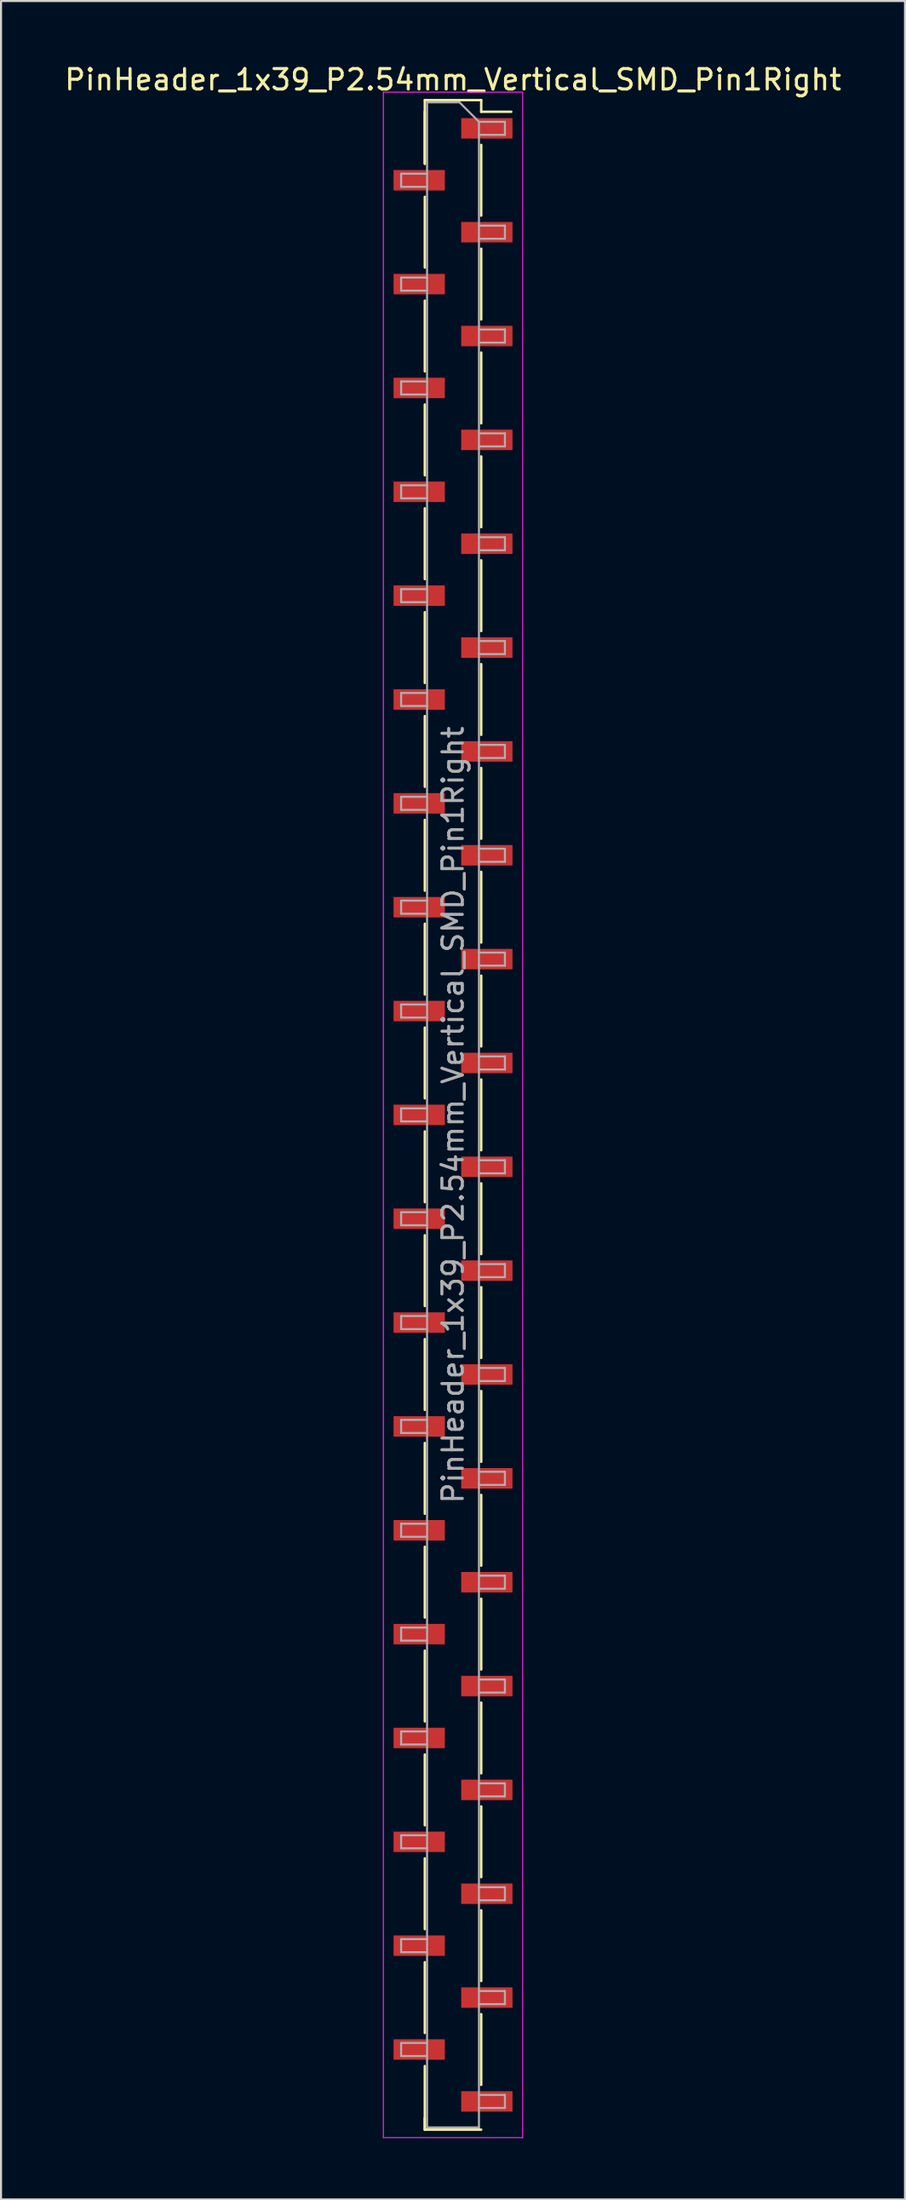
<source format=kicad_pcb>
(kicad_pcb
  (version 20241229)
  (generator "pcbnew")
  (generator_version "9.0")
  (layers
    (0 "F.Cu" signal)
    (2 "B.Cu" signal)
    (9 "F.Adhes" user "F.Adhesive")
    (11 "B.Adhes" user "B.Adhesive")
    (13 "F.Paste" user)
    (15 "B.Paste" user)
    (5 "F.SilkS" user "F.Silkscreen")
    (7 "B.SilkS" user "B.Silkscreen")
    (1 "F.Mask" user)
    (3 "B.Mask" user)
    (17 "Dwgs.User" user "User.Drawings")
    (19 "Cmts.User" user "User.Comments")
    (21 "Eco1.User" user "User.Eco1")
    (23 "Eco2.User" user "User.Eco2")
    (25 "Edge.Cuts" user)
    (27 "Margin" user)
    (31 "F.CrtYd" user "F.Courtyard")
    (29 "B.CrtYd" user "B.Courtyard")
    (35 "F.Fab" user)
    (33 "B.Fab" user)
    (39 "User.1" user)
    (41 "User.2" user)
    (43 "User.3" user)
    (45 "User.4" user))
  (footprint "PinHeader_1x39_P2.54mm_Vertical_SMD_Pin1Right"
    (layer "F.Cu")
    (at 19.125 51.488)
    (property "Reference" "PinHeader_1x39_P2.54mm_Vertical_SMD_Pin1Right" (at 0 -50.64 0) (layer "F.SilkS") (effects (font (size 1 1) (thickness 0.15))))
    (attr smd)
    (fp_line (start -1.38 -49.64) (end -1.38 -46.53) (stroke (width 0.12) (type solid)) (layer "F.SilkS"))
    (fp_line (start -1.38 -49.64) (end 1.38 -49.64) (stroke (width 0.12) (type solid)) (layer "F.SilkS"))
    (fp_line (start -1.38 -49.07) (end -1.38 -46.53) (stroke (width 0.12) (type solid)) (layer "F.SilkS"))
    (fp_line (start -1.38 -44.91) (end -1.38 -41.45) (stroke (width 0.12) (type solid)) (layer "F.SilkS"))
    (fp_line (start -1.38 -39.83) (end -1.38 -36.37) (stroke (width 0.12) (type solid)) (layer "F.SilkS"))
    (fp_line (start -1.38 -34.75) (end -1.38 -31.29) (stroke (width 0.12) (type solid)) (layer "F.SilkS"))
    (fp_line (start -1.38 -29.67) (end -1.38 -26.21) (stroke (width 0.12) (type solid)) (layer "F.SilkS"))
    (fp_line (start -1.38 -24.59) (end -1.38 -21.13) (stroke (width 0.12) (type solid)) (layer "F.SilkS"))
    (fp_line (start -1.38 -19.51) (end -1.38 -16.05) (stroke (width 0.12) (type solid)) (layer "F.SilkS"))
    (fp_line (start -1.38 -14.43) (end -1.38 -10.97) (stroke (width 0.12) (type solid)) (layer "F.SilkS"))
    (fp_line (start -1.38 -9.35) (end -1.38 -5.89) (stroke (width 0.12) (type solid)) (layer "F.SilkS"))
    (fp_line (start -1.38 -4.27) (end -1.38 -0.81) (stroke (width 0.12) (type solid)) (layer "F.SilkS"))
    (fp_line (start -1.38 0.81) (end -1.38 4.27) (stroke (width 0.12) (type solid)) (layer "F.SilkS"))
    (fp_line (start -1.38 5.89) (end -1.38 9.35) (stroke (width 0.12) (type solid)) (layer "F.SilkS"))
    (fp_line (start -1.38 10.97) (end -1.38 14.43) (stroke (width 0.12) (type solid)) (layer "F.SilkS"))
    (fp_line (start -1.38 16.05) (end -1.38 19.51) (stroke (width 0.12) (type solid)) (layer "F.SilkS"))
    (fp_line (start -1.38 21.13) (end -1.38 24.59) (stroke (width 0.12) (type solid)) (layer "F.SilkS"))
    (fp_line (start -1.38 26.21) (end -1.38 29.67) (stroke (width 0.12) (type solid)) (layer "F.SilkS"))
    (fp_line (start -1.38 31.29) (end -1.38 34.75) (stroke (width 0.12) (type solid)) (layer "F.SilkS"))
    (fp_line (start -1.38 36.37) (end -1.38 39.83) (stroke (width 0.12) (type solid)) (layer "F.SilkS"))
    (fp_line (start -1.38 41.45) (end -1.38 44.91) (stroke (width 0.12) (type solid)) (layer "F.SilkS"))
    (fp_line (start -1.38 46.53) (end -1.38 49.64) (stroke (width 0.12) (type solid)) (layer "F.SilkS"))
    (fp_line (start -1.38 49.07) (end -1.38 49.64) (stroke (width 0.12) (type solid)) (layer "F.SilkS"))
    (fp_line (start -1.38 49.64) (end 1.38 49.64) (stroke (width 0.12) (type solid)) (layer "F.SilkS"))
    (fp_line (start 1.38 -49.64) (end 1.38 -49.07) (stroke (width 0.12) (type solid)) (layer "F.SilkS"))
    (fp_line (start 1.38 -49.07) (end 2.85 -49.07) (stroke (width 0.12) (type solid)) (layer "F.SilkS"))
    (fp_line (start 1.38 -47.45) (end 1.38 -43.99) (stroke (width 0.12) (type solid)) (layer "F.SilkS"))
    (fp_line (start 1.38 -42.37) (end 1.38 -38.91) (stroke (width 0.12) (type solid)) (layer "F.SilkS"))
    (fp_line (start 1.38 -37.29) (end 1.38 -33.83) (stroke (width 0.12) (type solid)) (layer "F.SilkS"))
    (fp_line (start 1.38 -32.21) (end 1.38 -28.75) (stroke (width 0.12) (type solid)) (layer "F.SilkS"))
    (fp_line (start 1.38 -27.13) (end 1.38 -23.67) (stroke (width 0.12) (type solid)) (layer "F.SilkS"))
    (fp_line (start 1.38 -22.05) (end 1.38 -18.59) (stroke (width 0.12) (type solid)) (layer "F.SilkS"))
    (fp_line (start 1.38 -16.97) (end 1.38 -13.51) (stroke (width 0.12) (type solid)) (layer "F.SilkS"))
    (fp_line (start 1.38 -11.89) (end 1.38 -8.43) (stroke (width 0.12) (type solid)) (layer "F.SilkS"))
    (fp_line (start 1.38 -6.81) (end 1.38 -3.35) (stroke (width 0.12) (type solid)) (layer "F.SilkS"))
    (fp_line (start 1.38 -1.73) (end 1.38 1.73) (stroke (width 0.12) (type solid)) (layer "F.SilkS"))
    (fp_line (start 1.38 3.35) (end 1.38 6.81) (stroke (width 0.12) (type solid)) (layer "F.SilkS"))
    (fp_line (start 1.38 8.43) (end 1.38 11.89) (stroke (width 0.12) (type solid)) (layer "F.SilkS"))
    (fp_line (start 1.38 13.51) (end 1.38 16.97) (stroke (width 0.12) (type solid)) (layer "F.SilkS"))
    (fp_line (start 1.38 18.59) (end 1.38 22.05) (stroke (width 0.12) (type solid)) (layer "F.SilkS"))
    (fp_line (start 1.38 23.67) (end 1.38 27.13) (stroke (width 0.12) (type solid)) (layer "F.SilkS"))
    (fp_line (start 1.38 28.75) (end 1.38 32.21) (stroke (width 0.12) (type solid)) (layer "F.SilkS"))
    (fp_line (start 1.38 33.83) (end 1.38 37.29) (stroke (width 0.12) (type solid)) (layer "F.SilkS"))
    (fp_line (start 1.38 38.91) (end 1.38 42.37) (stroke (width 0.12) (type solid)) (layer "F.SilkS"))
    (fp_line (start 1.38 43.99) (end 1.38 47.45) (stroke (width 0.12) (type solid)) (layer "F.SilkS"))
    (fp_line (start -3.41 -50.03) (end -3.41 50.03) (stroke (width 0.05) (type solid)) (layer "F.CrtYd"))
    (fp_line (start -3.41 50.03) (end 3.41 50.03) (stroke (width 0.05) (type solid)) (layer "F.CrtYd"))
    (fp_line (start 3.41 -50.03) (end -3.41 -50.03) (stroke (width 0.05) (type solid)) (layer "F.CrtYd"))
    (fp_line (start 3.41 50.03) (end 3.41 -50.03) (stroke (width 0.05) (type solid)) (layer "F.CrtYd"))
    (fp_line (start -2.54 -46.04) (end -2.54 -45.4) (stroke (width 0.1) (type solid)) (layer "F.Fab"))
    (fp_line (start -2.54 -45.4) (end -1.27 -45.4) (stroke (width 0.1) (type solid)) (layer "F.Fab"))
    (fp_line (start -2.54 -40.96) (end -2.54 -40.32) (stroke (width 0.1) (type solid)) (layer "F.Fab"))
    (fp_line (start -2.54 -40.32) (end -1.27 -40.32) (stroke (width 0.1) (type solid)) (layer "F.Fab"))
    (fp_line (start -2.54 -35.88) (end -2.54 -35.24) (stroke (width 0.1) (type solid)) (layer "F.Fab"))
    (fp_line (start -2.54 -35.24) (end -1.27 -35.24) (stroke (width 0.1) (type solid)) (layer "F.Fab"))
    (fp_line (start -2.54 -30.8) (end -2.54 -30.16) (stroke (width 0.1) (type solid)) (layer "F.Fab"))
    (fp_line (start -2.54 -30.16) (end -1.27 -30.16) (stroke (width 0.1) (type solid)) (layer "F.Fab"))
    (fp_line (start -2.54 -25.72) (end -2.54 -25.08) (stroke (width 0.1) (type solid)) (layer "F.Fab"))
    (fp_line (start -2.54 -25.08) (end -1.27 -25.08) (stroke (width 0.1) (type solid)) (layer "F.Fab"))
    (fp_line (start -2.54 -20.64) (end -2.54 -20) (stroke (width 0.1) (type solid)) (layer "F.Fab"))
    (fp_line (start -2.54 -20) (end -1.27 -20) (stroke (width 0.1) (type solid)) (layer "F.Fab"))
    (fp_line (start -2.54 -15.56) (end -2.54 -14.92) (stroke (width 0.1) (type solid)) (layer "F.Fab"))
    (fp_line (start -2.54 -14.92) (end -1.27 -14.92) (stroke (width 0.1) (type solid)) (layer "F.Fab"))
    (fp_line (start -2.54 -10.48) (end -2.54 -9.84) (stroke (width 0.1) (type solid)) (layer "F.Fab"))
    (fp_line (start -2.54 -9.84) (end -1.27 -9.84) (stroke (width 0.1) (type solid)) (layer "F.Fab"))
    (fp_line (start -2.54 -5.4) (end -2.54 -4.76) (stroke (width 0.1) (type solid)) (layer "F.Fab"))
    (fp_line (start -2.54 -4.76) (end -1.27 -4.76) (stroke (width 0.1) (type solid)) (layer "F.Fab"))
    (fp_line (start -2.54 -0.32) (end -2.54 0.32) (stroke (width 0.1) (type solid)) (layer "F.Fab"))
    (fp_line (start -2.54 0.32) (end -1.27 0.32) (stroke (width 0.1) (type solid)) (layer "F.Fab"))
    (fp_line (start -2.54 4.76) (end -2.54 5.4) (stroke (width 0.1) (type solid)) (layer "F.Fab"))
    (fp_line (start -2.54 5.4) (end -1.27 5.4) (stroke (width 0.1) (type solid)) (layer "F.Fab"))
    (fp_line (start -2.54 9.84) (end -2.54 10.48) (stroke (width 0.1) (type solid)) (layer "F.Fab"))
    (fp_line (start -2.54 10.48) (end -1.27 10.48) (stroke (width 0.1) (type solid)) (layer "F.Fab"))
    (fp_line (start -2.54 14.92) (end -2.54 15.56) (stroke (width 0.1) (type solid)) (layer "F.Fab"))
    (fp_line (start -2.54 15.56) (end -1.27 15.56) (stroke (width 0.1) (type solid)) (layer "F.Fab"))
    (fp_line (start -2.54 20) (end -2.54 20.64) (stroke (width 0.1) (type solid)) (layer "F.Fab"))
    (fp_line (start -2.54 20.64) (end -1.27 20.64) (stroke (width 0.1) (type solid)) (layer "F.Fab"))
    (fp_line (start -2.54 25.08) (end -2.54 25.72) (stroke (width 0.1) (type solid)) (layer "F.Fab"))
    (fp_line (start -2.54 25.72) (end -1.27 25.72) (stroke (width 0.1) (type solid)) (layer "F.Fab"))
    (fp_line (start -2.54 30.16) (end -2.54 30.8) (stroke (width 0.1) (type solid)) (layer "F.Fab"))
    (fp_line (start -2.54 30.8) (end -1.27 30.8) (stroke (width 0.1) (type solid)) (layer "F.Fab"))
    (fp_line (start -2.54 35.24) (end -2.54 35.88) (stroke (width 0.1) (type solid)) (layer "F.Fab"))
    (fp_line (start -2.54 35.88) (end -1.27 35.88) (stroke (width 0.1) (type solid)) (layer "F.Fab"))
    (fp_line (start -2.54 40.32) (end -2.54 40.96) (stroke (width 0.1) (type solid)) (layer "F.Fab"))
    (fp_line (start -2.54 40.96) (end -1.27 40.96) (stroke (width 0.1) (type solid)) (layer "F.Fab"))
    (fp_line (start -2.54 45.4) (end -2.54 46.04) (stroke (width 0.1) (type solid)) (layer "F.Fab"))
    (fp_line (start -2.54 46.04) (end -1.27 46.04) (stroke (width 0.1) (type solid)) (layer "F.Fab"))
    (fp_line (start -1.27 -49.53) (end -1.27 49.53) (stroke (width 0.1) (type solid)) (layer "F.Fab"))
    (fp_line (start -1.27 -49.53) (end 0.32 -49.53) (stroke (width 0.1) (type solid)) (layer "F.Fab"))
    (fp_line (start -1.27 -46.04) (end -2.54 -46.04) (stroke (width 0.1) (type solid)) (layer "F.Fab"))
    (fp_line (start -1.27 -40.96) (end -2.54 -40.96) (stroke (width 0.1) (type solid)) (layer "F.Fab"))
    (fp_line (start -1.27 -35.88) (end -2.54 -35.88) (stroke (width 0.1) (type solid)) (layer "F.Fab"))
    (fp_line (start -1.27 -30.8) (end -2.54 -30.8) (stroke (width 0.1) (type solid)) (layer "F.Fab"))
    (fp_line (start -1.27 -25.72) (end -2.54 -25.72) (stroke (width 0.1) (type solid)) (layer "F.Fab"))
    (fp_line (start -1.27 -20.64) (end -2.54 -20.64) (stroke (width 0.1) (type solid)) (layer "F.Fab"))
    (fp_line (start -1.27 -15.56) (end -2.54 -15.56) (stroke (width 0.1) (type solid)) (layer "F.Fab"))
    (fp_line (start -1.27 -10.48) (end -2.54 -10.48) (stroke (width 0.1) (type solid)) (layer "F.Fab"))
    (fp_line (start -1.27 -5.4) (end -2.54 -5.4) (stroke (width 0.1) (type solid)) (layer "F.Fab"))
    (fp_line (start -1.27 -0.32) (end -2.54 -0.32) (stroke (width 0.1) (type solid)) (layer "F.Fab"))
    (fp_line (start -1.27 4.76) (end -2.54 4.76) (stroke (width 0.1) (type solid)) (layer "F.Fab"))
    (fp_line (start -1.27 9.84) (end -2.54 9.84) (stroke (width 0.1) (type solid)) (layer "F.Fab"))
    (fp_line (start -1.27 14.92) (end -2.54 14.92) (stroke (width 0.1) (type solid)) (layer "F.Fab"))
    (fp_line (start -1.27 20) (end -2.54 20) (stroke (width 0.1) (type solid)) (layer "F.Fab"))
    (fp_line (start -1.27 25.08) (end -2.54 25.08) (stroke (width 0.1) (type solid)) (layer "F.Fab"))
    (fp_line (start -1.27 30.16) (end -2.54 30.16) (stroke (width 0.1) (type solid)) (layer "F.Fab"))
    (fp_line (start -1.27 35.24) (end -2.54 35.24) (stroke (width 0.1) (type solid)) (layer "F.Fab"))
    (fp_line (start -1.27 40.32) (end -2.54 40.32) (stroke (width 0.1) (type solid)) (layer "F.Fab"))
    (fp_line (start -1.27 45.4) (end -2.54 45.4) (stroke (width 0.1) (type solid)) (layer "F.Fab"))
    (fp_line (start 1.27 -48.58) (end 0.32 -49.53) (stroke (width 0.1) (type solid)) (layer "F.Fab"))
    (fp_line (start 1.27 -48.58) (end 2.54 -48.58) (stroke (width 0.1) (type solid)) (layer "F.Fab"))
    (fp_line (start 1.27 -43.5) (end 2.54 -43.5) (stroke (width 0.1) (type solid)) (layer "F.Fab"))
    (fp_line (start 1.27 -38.42) (end 2.54 -38.42) (stroke (width 0.1) (type solid)) (layer "F.Fab"))
    (fp_line (start 1.27 -33.34) (end 2.54 -33.34) (stroke (width 0.1) (type solid)) (layer "F.Fab"))
    (fp_line (start 1.27 -28.26) (end 2.54 -28.26) (stroke (width 0.1) (type solid)) (layer "F.Fab"))
    (fp_line (start 1.27 -23.18) (end 2.54 -23.18) (stroke (width 0.1) (type solid)) (layer "F.Fab"))
    (fp_line (start 1.27 -18.1) (end 2.54 -18.1) (stroke (width 0.1) (type solid)) (layer "F.Fab"))
    (fp_line (start 1.27 -13.02) (end 2.54 -13.02) (stroke (width 0.1) (type solid)) (layer "F.Fab"))
    (fp_line (start 1.27 -7.94) (end 2.54 -7.94) (stroke (width 0.1) (type solid)) (layer "F.Fab"))
    (fp_line (start 1.27 -2.86) (end 2.54 -2.86) (stroke (width 0.1) (type solid)) (layer "F.Fab"))
    (fp_line (start 1.27 2.22) (end 2.54 2.22) (stroke (width 0.1) (type solid)) (layer "F.Fab"))
    (fp_line (start 1.27 7.3) (end 2.54 7.3) (stroke (width 0.1) (type solid)) (layer "F.Fab"))
    (fp_line (start 1.27 12.38) (end 2.54 12.38) (stroke (width 0.1) (type solid)) (layer "F.Fab"))
    (fp_line (start 1.27 17.46) (end 2.54 17.46) (stroke (width 0.1) (type solid)) (layer "F.Fab"))
    (fp_line (start 1.27 22.54) (end 2.54 22.54) (stroke (width 0.1) (type solid)) (layer "F.Fab"))
    (fp_line (start 1.27 27.62) (end 2.54 27.62) (stroke (width 0.1) (type solid)) (layer "F.Fab"))
    (fp_line (start 1.27 32.7) (end 2.54 32.7) (stroke (width 0.1) (type solid)) (layer "F.Fab"))
    (fp_line (start 1.27 37.78) (end 2.54 37.78) (stroke (width 0.1) (type solid)) (layer "F.Fab"))
    (fp_line (start 1.27 42.86) (end 2.54 42.86) (stroke (width 0.1) (type solid)) (layer "F.Fab"))
    (fp_line (start 1.27 47.94) (end 2.54 47.94) (stroke (width 0.1) (type solid)) (layer "F.Fab"))
    (fp_line (start 1.27 49.53) (end -1.27 49.53) (stroke (width 0.1) (type solid)) (layer "F.Fab"))
    (fp_line (start 1.27 49.53) (end 1.27 -48.58) (stroke (width 0.1) (type solid)) (layer "F.Fab"))
    (fp_line (start 2.54 -48.58) (end 2.54 -47.94) (stroke (width 0.1) (type solid)) (layer "F.Fab"))
    (fp_line (start 2.54 -47.94) (end 1.27 -47.94) (stroke (width 0.1) (type solid)) (layer "F.Fab"))
    (fp_line (start 2.54 -43.5) (end 2.54 -42.86) (stroke (width 0.1) (type solid)) (layer "F.Fab"))
    (fp_line (start 2.54 -42.86) (end 1.27 -42.86) (stroke (width 0.1) (type solid)) (layer "F.Fab"))
    (fp_line (start 2.54 -38.42) (end 2.54 -37.78) (stroke (width 0.1) (type solid)) (layer "F.Fab"))
    (fp_line (start 2.54 -37.78) (end 1.27 -37.78) (stroke (width 0.1) (type solid)) (layer "F.Fab"))
    (fp_line (start 2.54 -33.34) (end 2.54 -32.7) (stroke (width 0.1) (type solid)) (layer "F.Fab"))
    (fp_line (start 2.54 -32.7) (end 1.27 -32.7) (stroke (width 0.1) (type solid)) (layer "F.Fab"))
    (fp_line (start 2.54 -28.26) (end 2.54 -27.62) (stroke (width 0.1) (type solid)) (layer "F.Fab"))
    (fp_line (start 2.54 -27.62) (end 1.27 -27.62) (stroke (width 0.1) (type solid)) (layer "F.Fab"))
    (fp_line (start 2.54 -23.18) (end 2.54 -22.54) (stroke (width 0.1) (type solid)) (layer "F.Fab"))
    (fp_line (start 2.54 -22.54) (end 1.27 -22.54) (stroke (width 0.1) (type solid)) (layer "F.Fab"))
    (fp_line (start 2.54 -18.1) (end 2.54 -17.46) (stroke (width 0.1) (type solid)) (layer "F.Fab"))
    (fp_line (start 2.54 -17.46) (end 1.27 -17.46) (stroke (width 0.1) (type solid)) (layer "F.Fab"))
    (fp_line (start 2.54 -13.02) (end 2.54 -12.38) (stroke (width 0.1) (type solid)) (layer "F.Fab"))
    (fp_line (start 2.54 -12.38) (end 1.27 -12.38) (stroke (width 0.1) (type solid)) (layer "F.Fab"))
    (fp_line (start 2.54 -7.94) (end 2.54 -7.3) (stroke (width 0.1) (type solid)) (layer "F.Fab"))
    (fp_line (start 2.54 -7.3) (end 1.27 -7.3) (stroke (width 0.1) (type solid)) (layer "F.Fab"))
    (fp_line (start 2.54 -2.86) (end 2.54 -2.22) (stroke (width 0.1) (type solid)) (layer "F.Fab"))
    (fp_line (start 2.54 -2.22) (end 1.27 -2.22) (stroke (width 0.1) (type solid)) (layer "F.Fab"))
    (fp_line (start 2.54 2.22) (end 2.54 2.86) (stroke (width 0.1) (type solid)) (layer "F.Fab"))
    (fp_line (start 2.54 2.86) (end 1.27 2.86) (stroke (width 0.1) (type solid)) (layer "F.Fab"))
    (fp_line (start 2.54 7.3) (end 2.54 7.94) (stroke (width 0.1) (type solid)) (layer "F.Fab"))
    (fp_line (start 2.54 7.94) (end 1.27 7.94) (stroke (width 0.1) (type solid)) (layer "F.Fab"))
    (fp_line (start 2.54 12.38) (end 2.54 13.02) (stroke (width 0.1) (type solid)) (layer "F.Fab"))
    (fp_line (start 2.54 13.02) (end 1.27 13.02) (stroke (width 0.1) (type solid)) (layer "F.Fab"))
    (fp_line (start 2.54 17.46) (end 2.54 18.1) (stroke (width 0.1) (type solid)) (layer "F.Fab"))
    (fp_line (start 2.54 18.1) (end 1.27 18.1) (stroke (width 0.1) (type solid)) (layer "F.Fab"))
    (fp_line (start 2.54 22.54) (end 2.54 23.18) (stroke (width 0.1) (type solid)) (layer "F.Fab"))
    (fp_line (start 2.54 23.18) (end 1.27 23.18) (stroke (width 0.1) (type solid)) (layer "F.Fab"))
    (fp_line (start 2.54 27.62) (end 2.54 28.26) (stroke (width 0.1) (type solid)) (layer "F.Fab"))
    (fp_line (start 2.54 28.26) (end 1.27 28.26) (stroke (width 0.1) (type solid)) (layer "F.Fab"))
    (fp_line (start 2.54 32.7) (end 2.54 33.34) (stroke (width 0.1) (type solid)) (layer "F.Fab"))
    (fp_line (start 2.54 33.34) (end 1.27 33.34) (stroke (width 0.1) (type solid)) (layer "F.Fab"))
    (fp_line (start 2.54 37.78) (end 2.54 38.42) (stroke (width 0.1) (type solid)) (layer "F.Fab"))
    (fp_line (start 2.54 38.42) (end 1.27 38.42) (stroke (width 0.1) (type solid)) (layer "F.Fab"))
    (fp_line (start 2.54 42.86) (end 2.54 43.5) (stroke (width 0.1) (type solid)) (layer "F.Fab"))
    (fp_line (start 2.54 43.5) (end 1.27 43.5) (stroke (width 0.1) (type solid)) (layer "F.Fab"))
    (fp_line (start 2.54 47.94) (end 2.54 48.58) (stroke (width 0.1) (type solid)) (layer "F.Fab"))
    (fp_line (start 2.54 48.58) (end 1.27 48.58) (stroke (width 0.1) (type solid)) (layer "F.Fab"))
    (fp_text user "${REFERENCE}" (at 0 0 90) (layer "F.Fab") (effects (font (size 1 1) (thickness 0.15))))
    (pad "1" smd rect (at 1.655 -48.26) (size 2.51 1) (layers "F.Cu" "F.Mask" "F.Paste"))
    (pad "2" smd rect (at -1.655 -45.72) (size 2.51 1) (layers "F.Cu" "F.Mask" "F.Paste"))
    (pad "3" smd rect (at 1.655 -43.18) (size 2.51 1) (layers "F.Cu" "F.Mask" "F.Paste"))
    (pad "4" smd rect (at -1.655 -40.64) (size 2.51 1) (layers "F.Cu" "F.Mask" "F.Paste"))
    (pad "5" smd rect (at 1.655 -38.1) (size 2.51 1) (layers "F.Cu" "F.Mask" "F.Paste"))
    (pad "6" smd rect (at -1.655 -35.56) (size 2.51 1) (layers "F.Cu" "F.Mask" "F.Paste"))
    (pad "7" smd rect (at 1.655 -33.02) (size 2.51 1) (layers "F.Cu" "F.Mask" "F.Paste"))
    (pad "8" smd rect (at -1.655 -30.48) (size 2.51 1) (layers "F.Cu" "F.Mask" "F.Paste"))
    (pad "9" smd rect (at 1.655 -27.94) (size 2.51 1) (layers "F.Cu" "F.Mask" "F.Paste"))
    (pad "10" smd rect (at -1.655 -25.4) (size 2.51 1) (layers "F.Cu" "F.Mask" "F.Paste"))
    (pad "11" smd rect (at 1.655 -22.86) (size 2.51 1) (layers "F.Cu" "F.Mask" "F.Paste"))
    (pad "12" smd rect (at -1.655 -20.32) (size 2.51 1) (layers "F.Cu" "F.Mask" "F.Paste"))
    (pad "13" smd rect (at 1.655 -17.78) (size 2.51 1) (layers "F.Cu" "F.Mask" "F.Paste"))
    (pad "14" smd rect (at -1.655 -15.24) (size 2.51 1) (layers "F.Cu" "F.Mask" "F.Paste"))
    (pad "15" smd rect (at 1.655 -12.7) (size 2.51 1) (layers "F.Cu" "F.Mask" "F.Paste"))
    (pad "16" smd rect (at -1.655 -10.16) (size 2.51 1) (layers "F.Cu" "F.Mask" "F.Paste"))
    (pad "17" smd rect (at 1.655 -7.62) (size 2.51 1) (layers "F.Cu" "F.Mask" "F.Paste"))
    (pad "18" smd rect (at -1.655 -5.08) (size 2.51 1) (layers "F.Cu" "F.Mask" "F.Paste"))
    (pad "19" smd rect (at 1.655 -2.54) (size 2.51 1) (layers "F.Cu" "F.Mask" "F.Paste"))
    (pad "20" smd rect (at -1.655 0) (size 2.51 1) (layers "F.Cu" "F.Mask" "F.Paste"))
    (pad "21" smd rect (at 1.655 2.54) (size 2.51 1) (layers "F.Cu" "F.Mask" "F.Paste"))
    (pad "22" smd rect (at -1.655 5.08) (size 2.51 1) (layers "F.Cu" "F.Mask" "F.Paste"))
    (pad "23" smd rect (at 1.655 7.62) (size 2.51 1) (layers "F.Cu" "F.Mask" "F.Paste"))
    (pad "24" smd rect (at -1.655 10.16) (size 2.51 1) (layers "F.Cu" "F.Mask" "F.Paste"))
    (pad "25" smd rect (at 1.655 12.7) (size 2.51 1) (layers "F.Cu" "F.Mask" "F.Paste"))
    (pad "26" smd rect (at -1.655 15.24) (size 2.51 1) (layers "F.Cu" "F.Mask" "F.Paste"))
    (pad "27" smd rect (at 1.655 17.78) (size 2.51 1) (layers "F.Cu" "F.Mask" "F.Paste"))
    (pad "28" smd rect (at -1.655 20.32) (size 2.51 1) (layers "F.Cu" "F.Mask" "F.Paste"))
    (pad "29" smd rect (at 1.655 22.86) (size 2.51 1) (layers "F.Cu" "F.Mask" "F.Paste"))
    (pad "30" smd rect (at -1.655 25.4) (size 2.51 1) (layers "F.Cu" "F.Mask" "F.Paste"))
    (pad "31" smd rect (at 1.655 27.94) (size 2.51 1) (layers "F.Cu" "F.Mask" "F.Paste"))
    (pad "32" smd rect (at -1.655 30.48) (size 2.51 1) (layers "F.Cu" "F.Mask" "F.Paste"))
    (pad "33" smd rect (at 1.655 33.02) (size 2.51 1) (layers "F.Cu" "F.Mask" "F.Paste"))
    (pad "34" smd rect (at -1.655 35.56) (size 2.51 1) (layers "F.Cu" "F.Mask" "F.Paste"))
    (pad "35" smd rect (at 1.655 38.1) (size 2.51 1) (layers "F.Cu" "F.Mask" "F.Paste"))
    (pad "36" smd rect (at -1.655 40.64) (size 2.51 1) (layers "F.Cu" "F.Mask" "F.Paste"))
    (pad "37" smd rect (at 1.655 43.18) (size 2.51 1) (layers "F.Cu" "F.Mask" "F.Paste"))
    (pad "38" smd rect (at -1.655 45.72) (size 2.51 1) (layers "F.Cu" "F.Mask" "F.Paste"))
    (pad "39" smd rect (at 1.655 48.26) (size 2.51 1) (layers "F.Cu" "F.Mask" "F.Paste")))
  (gr_rect
    (start -3 -3)
    (end 41.25 104.543)
    (stroke (width 0.1) (type default))
    (fill no)
    (layer "Edge.Cuts")))
</source>
